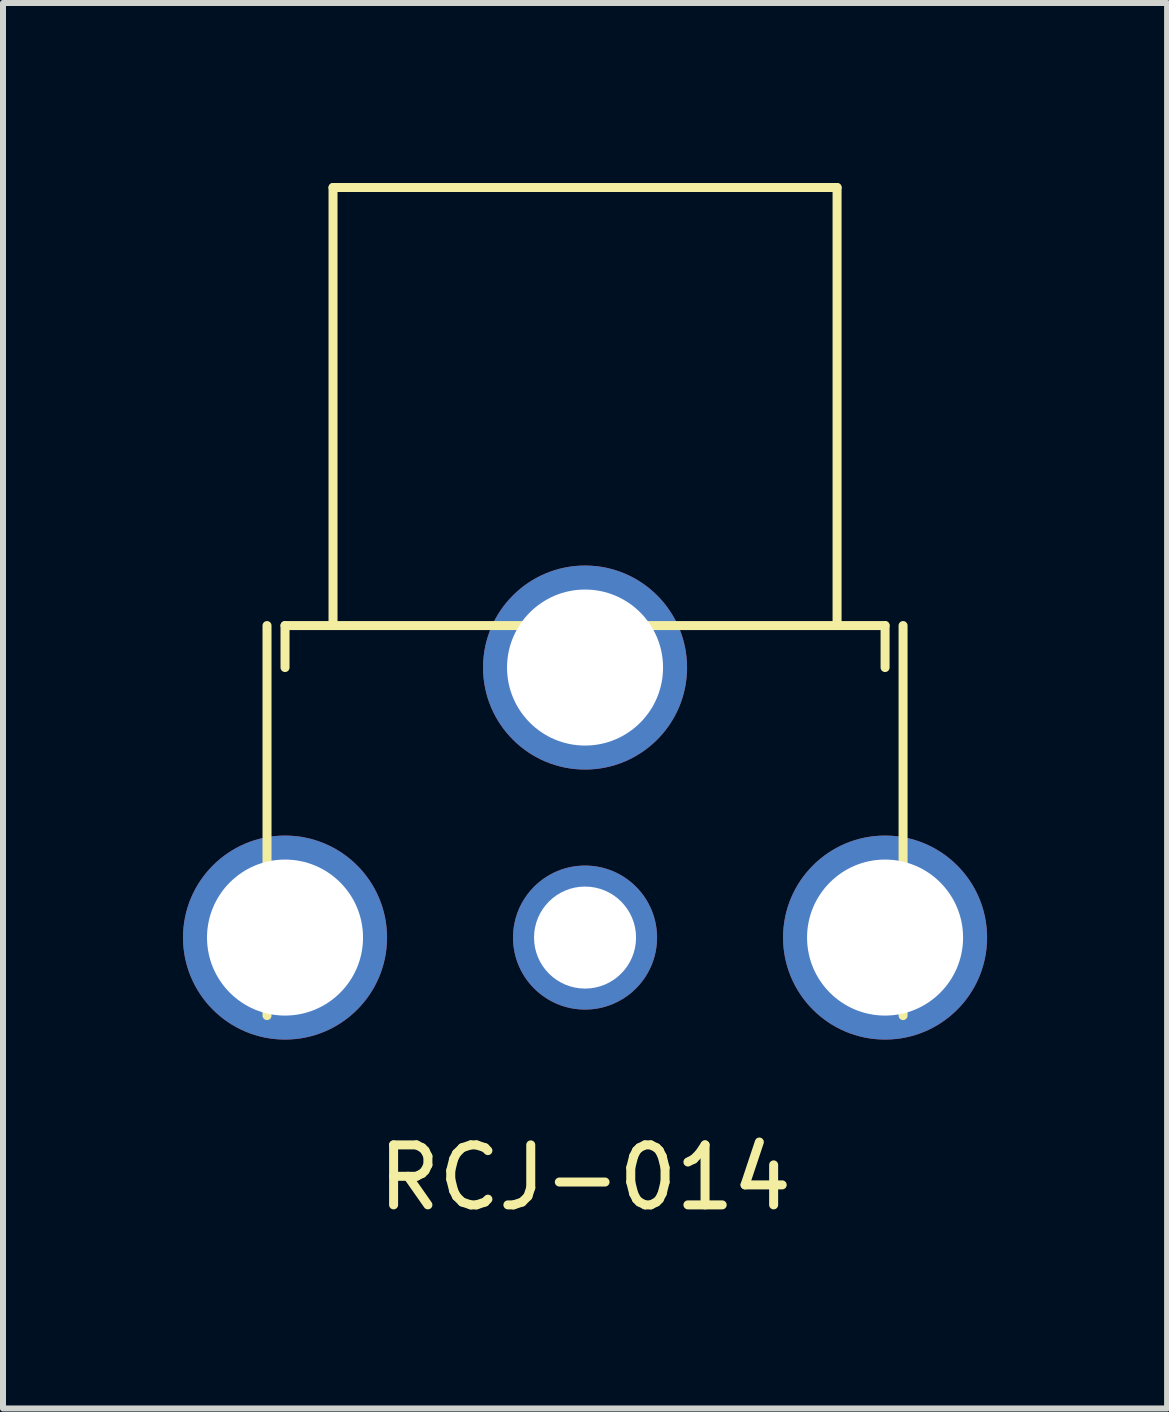
<source format=kicad_pcb>
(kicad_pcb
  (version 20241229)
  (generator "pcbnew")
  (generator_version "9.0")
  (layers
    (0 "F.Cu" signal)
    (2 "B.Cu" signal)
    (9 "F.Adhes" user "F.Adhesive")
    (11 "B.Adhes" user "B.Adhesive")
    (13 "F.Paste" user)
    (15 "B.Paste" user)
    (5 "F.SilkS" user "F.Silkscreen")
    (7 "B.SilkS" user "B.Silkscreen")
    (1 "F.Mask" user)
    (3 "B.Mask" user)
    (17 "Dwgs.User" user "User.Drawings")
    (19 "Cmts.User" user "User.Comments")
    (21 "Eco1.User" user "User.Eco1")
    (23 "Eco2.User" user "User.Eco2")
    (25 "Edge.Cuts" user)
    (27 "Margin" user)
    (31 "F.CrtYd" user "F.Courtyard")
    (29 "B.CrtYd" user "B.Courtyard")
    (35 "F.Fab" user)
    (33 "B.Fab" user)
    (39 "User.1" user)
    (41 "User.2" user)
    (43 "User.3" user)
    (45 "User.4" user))
  (footprint "RCJ-014"
    (layer "F.Cu")
    (at 6.7 12.575)
    (property "Reference" "RCJ-014" (at 0 4 0) (layer "F.SilkS") (effects (font (size 1 1) (thickness 0.15))))
    (attr through_hole)
    (fp_line (start -5.3 -5.2) (end -5.3 1.3) (stroke (width 0.15) (type solid)) (layer "F.SilkS"))
    (fp_line (start -5 -5.2) (end -5 -4.5) (stroke (width 0.15) (type solid)) (layer "F.SilkS"))
    (fp_line (start -4.2 -12.5) (end 4.2 -12.5) (stroke (width 0.15) (type solid)) (layer "F.SilkS"))
    (fp_line (start -4.2 -5.2) (end -4.2 -12.5) (stroke (width 0.15) (type solid)) (layer "F.SilkS"))
    (fp_line (start 4.2 -12.5) (end 4.2 -5.2) (stroke (width 0.15) (type solid)) (layer "F.SilkS"))
    (fp_line (start 5 -5.2) (end -5 -5.2) (stroke (width 0.15) (type solid)) (layer "F.SilkS"))
    (fp_line (start 5 -4.5) (end 5 -5.2) (stroke (width 0.15) (type solid)) (layer "F.SilkS"))
    (fp_line (start 5.3 -5.2) (end 5.3 1.3) (stroke (width 0.15) (type solid)) (layer "F.SilkS"))
    (pad "1" thru_hole circle (at 0 0) (size 2.4 2.4) (drill 1.7) (layers "*.Cu" "*.Mask"))
    (pad "2" thru_hole circle (at -5 0) (size 3.4 3.4) (drill 2.6) (layers "*.Cu" "*.Mask"))
    (pad "2" thru_hole circle (at 0 -4.5) (size 3.4 3.4) (drill 2.6) (layers "*.Cu" "*.Mask"))
    (pad "2" thru_hole circle (at 5 0) (size 3.4 3.4) (drill 2.6) (layers "*.Cu" "*.Mask")))
  (gr_rect
    (start -3 -3)
    (end 16.4 20.423)
    (stroke (width 0.1) (type default))
    (fill no)
    (layer "Edge.Cuts")))
</source>
